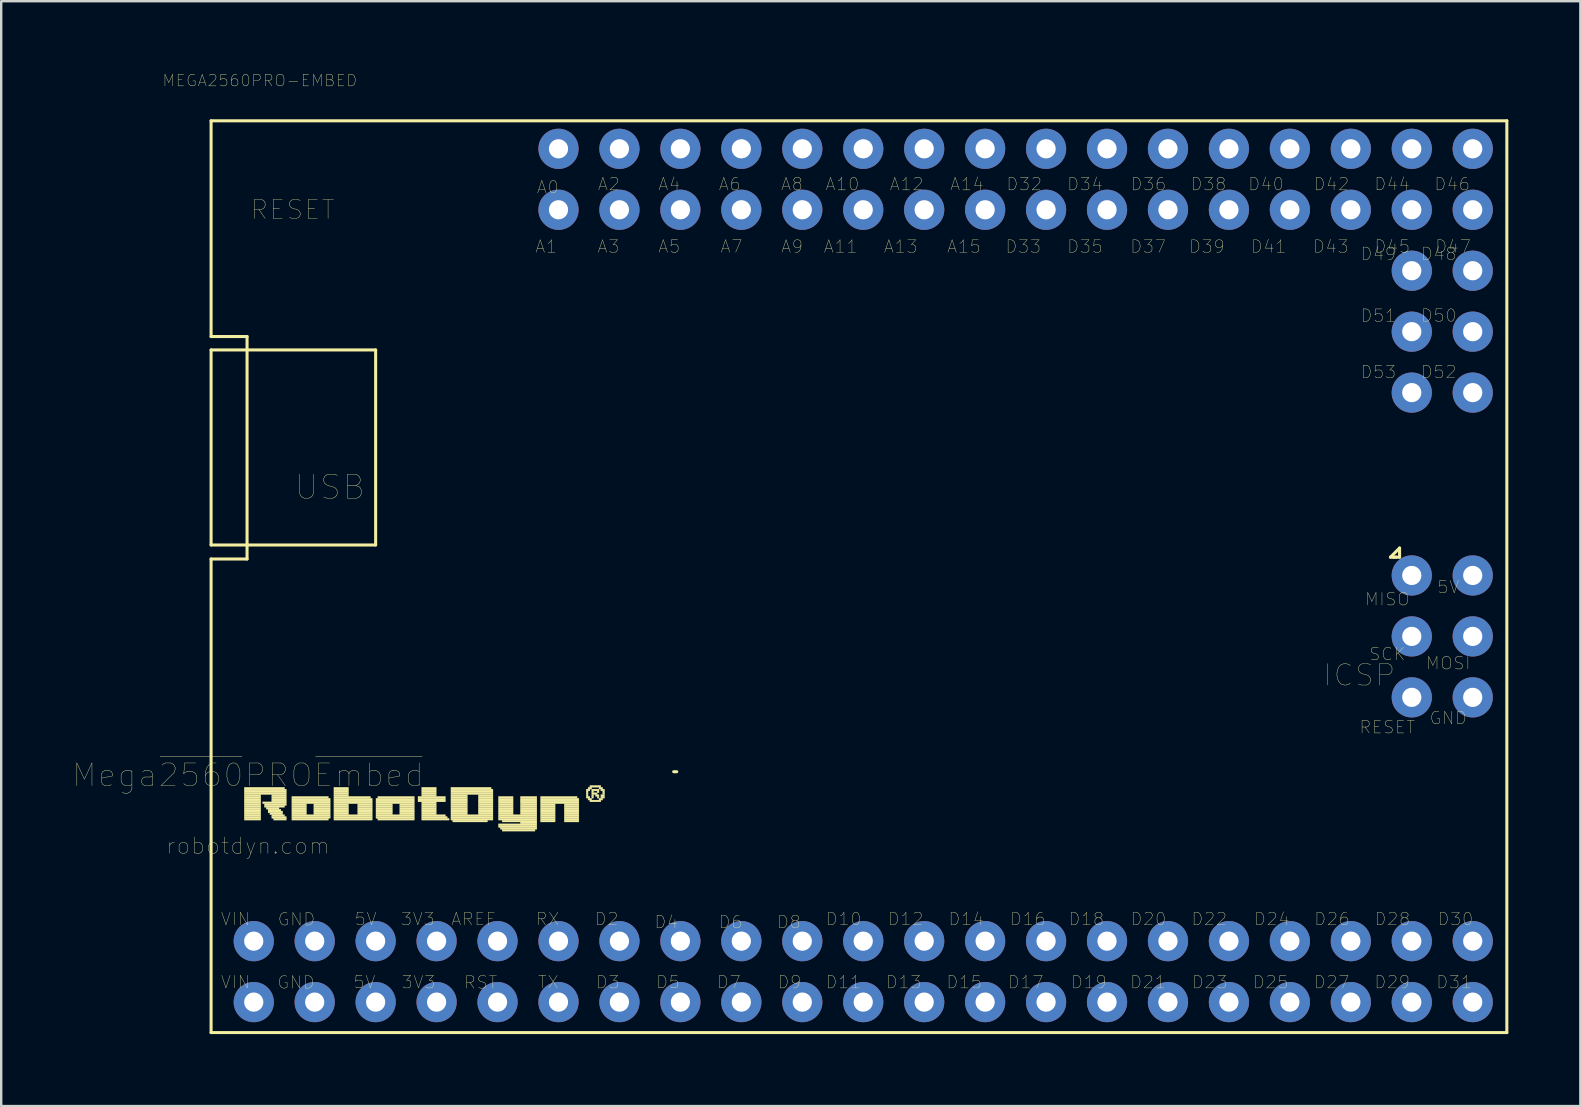
<source format=kicad_pcb>
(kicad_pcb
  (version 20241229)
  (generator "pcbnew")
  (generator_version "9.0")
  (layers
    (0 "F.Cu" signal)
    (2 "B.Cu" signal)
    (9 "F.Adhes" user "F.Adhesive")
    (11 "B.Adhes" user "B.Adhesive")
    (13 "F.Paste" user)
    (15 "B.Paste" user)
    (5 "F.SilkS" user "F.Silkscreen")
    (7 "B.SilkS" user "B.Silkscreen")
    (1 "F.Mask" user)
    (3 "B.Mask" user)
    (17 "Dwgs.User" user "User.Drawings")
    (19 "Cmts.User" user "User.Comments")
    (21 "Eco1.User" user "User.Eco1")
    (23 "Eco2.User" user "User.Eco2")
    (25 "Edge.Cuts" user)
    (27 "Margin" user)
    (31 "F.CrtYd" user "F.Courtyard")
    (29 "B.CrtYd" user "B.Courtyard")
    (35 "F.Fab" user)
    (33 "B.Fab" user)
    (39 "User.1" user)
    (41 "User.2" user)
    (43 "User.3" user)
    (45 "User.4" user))
  (footprint "MEGA2560PRO-EMBED"
    (layer "F.Cu")
    (at 40.545 19.662)
    (property "Reference" "MEGA2560PRO-EMBED" (at -32.766 -19.355 0) (layer "F.SilkS") (effects (font (size 0.48 0.48) (thickness 0.015))))
    (attr through_hole)
    (fp_line (start -34.798 -17.678) (end 19.202 -17.678) (stroke (width 0.127) (type solid)) (layer "F.SilkS"))
    (fp_line (start -34.798 -8.687) (end -34.798 -17.678) (stroke (width 0.127) (type solid)) (layer "F.SilkS"))
    (fp_line (start -34.798 -8.687) (end -33.299 -8.687) (stroke (width 0.127) (type solid)) (layer "F.SilkS"))
    (fp_line (start -34.798 -8.128) (end -34.798 0) (stroke (width 0.127) (type solid)) (layer "F.SilkS"))
    (fp_line (start -34.798 0) (end -27.94 0) (stroke (width 0.127) (type solid)) (layer "F.SilkS"))
    (fp_line (start -34.798 0.584) (end -33.299 0.584) (stroke (width 0.127) (type solid)) (layer "F.SilkS"))
    (fp_line (start -34.798 20.32) (end -34.798 0.584) (stroke (width 0.127) (type solid)) (layer "F.SilkS"))
    (fp_line (start -34.798 20.32) (end 19.202 20.32) (stroke (width 0.127) (type solid)) (layer "F.SilkS"))
    (fp_line (start -33.299 0.584) (end -33.299 -8.687) (stroke (width 0.127) (type solid)) (layer "F.SilkS"))
    (fp_line (start -27.94 -8.128) (end -34.798 -8.128) (stroke (width 0.127) (type solid)) (layer "F.SilkS"))
    (fp_line (start -27.94 0) (end -27.94 -8.128) (stroke (width 0.127) (type solid)) (layer "F.SilkS"))
    (fp_line (start -15.519 9.449) (end -15.392 9.449) (stroke (width 0.127) (type solid)) (layer "F.SilkS"))
    (fp_line (start 14.351 0.508) (end 14.732 0.127) (stroke (width 0.127) (type solid)) (layer "F.SilkS"))
    (fp_line (start 14.478 0.508) (end 14.351 0.508) (stroke (width 0.127) (type solid)) (layer "F.SilkS"))
    (fp_line (start 14.605 0.508) (end 14.478 0.508) (stroke (width 0.127) (type solid)) (layer "F.SilkS"))
    (fp_line (start 14.732 0.127) (end 14.732 0.508) (stroke (width 0.127) (type solid)) (layer "F.SilkS"))
    (fp_line (start 14.732 0.508) (end 14.478 0.508) (stroke (width 0.127) (type solid)) (layer "F.SilkS"))
    (fp_line (start 19.202 20.32) (end 19.202 -17.678) (stroke (width 0.127) (type solid)) (layer "F.SilkS"))
    (fp_poly (pts (xy -33.414 10.097) (xy -31.737 10.097) (xy -31.737 10.173) (xy -33.414 10.173)) (stroke (width 0.01) (type solid)) (fill yes) (layer "F.SilkS"))
    (fp_poly (pts (xy -33.414 10.173) (xy -31.661 10.173) (xy -31.661 10.249) (xy -33.414 10.249)) (stroke (width 0.01) (type solid)) (fill yes) (layer "F.SilkS"))
    (fp_poly (pts (xy -33.414 10.249) (xy -31.661 10.249) (xy -31.661 10.325) (xy -33.414 10.325)) (stroke (width 0.01) (type solid)) (fill yes) (layer "F.SilkS"))
    (fp_poly (pts (xy -33.414 10.325) (xy -31.661 10.325) (xy -31.661 10.401) (xy -33.414 10.401)) (stroke (width 0.01) (type solid)) (fill yes) (layer "F.SilkS"))
    (fp_poly (pts (xy -33.414 10.401) (xy -32.728 10.401) (xy -32.728 10.477) (xy -33.414 10.477)) (stroke (width 0.01) (type solid)) (fill yes) (layer "F.SilkS"))
    (fp_poly (pts (xy -33.414 10.477) (xy -32.728 10.477) (xy -32.728 10.554) (xy -33.414 10.554)) (stroke (width 0.01) (type solid)) (fill yes) (layer "F.SilkS"))
    (fp_poly (pts (xy -33.414 10.554) (xy -32.728 10.554) (xy -32.728 10.63) (xy -33.414 10.63)) (stroke (width 0.01) (type solid)) (fill yes) (layer "F.SilkS"))
    (fp_poly (pts (xy -33.414 10.63) (xy -32.728 10.63) (xy -32.728 10.706) (xy -33.414 10.706)) (stroke (width 0.01) (type solid)) (fill yes) (layer "F.SilkS"))
    (fp_poly (pts (xy -33.414 10.706) (xy -32.728 10.706) (xy -32.728 10.782) (xy -33.414 10.782)) (stroke (width 0.01) (type solid)) (fill yes) (layer "F.SilkS"))
    (fp_poly (pts (xy -33.414 10.782) (xy -32.728 10.782) (xy -32.728 10.858) (xy -33.414 10.858)) (stroke (width 0.01) (type solid)) (fill yes) (layer "F.SilkS"))
    (fp_poly (pts (xy -33.414 10.858) (xy -32.728 10.858) (xy -32.728 10.935) (xy -33.414 10.935)) (stroke (width 0.01) (type solid)) (fill yes) (layer "F.SilkS"))
    (fp_poly (pts (xy -33.414 10.935) (xy -32.728 10.935) (xy -32.728 11.011) (xy -33.414 11.011)) (stroke (width 0.01) (type solid)) (fill yes) (layer "F.SilkS"))
    (fp_poly (pts (xy -33.414 11.011) (xy -32.728 11.011) (xy -32.728 11.087) (xy -33.414 11.087)) (stroke (width 0.01) (type solid)) (fill yes) (layer "F.SilkS"))
    (fp_poly (pts (xy -33.414 11.087) (xy -32.728 11.087) (xy -32.728 11.163) (xy -33.414 11.163)) (stroke (width 0.01) (type solid)) (fill yes) (layer "F.SilkS"))
    (fp_poly (pts (xy -33.414 11.163) (xy -32.728 11.163) (xy -32.728 11.239) (xy -33.414 11.239)) (stroke (width 0.01) (type solid)) (fill yes) (layer "F.SilkS"))
    (fp_poly (pts (xy -33.414 11.239) (xy -32.728 11.239) (xy -32.728 11.316) (xy -33.414 11.316)) (stroke (width 0.01) (type solid)) (fill yes) (layer "F.SilkS"))
    (fp_poly (pts (xy -33.414 11.316) (xy -32.728 11.316) (xy -32.728 11.392) (xy -33.414 11.392)) (stroke (width 0.01) (type solid)) (fill yes) (layer "F.SilkS"))
    (fp_poly (pts (xy -33.414 11.392) (xy -32.728 11.392) (xy -32.728 11.468) (xy -33.414 11.468)) (stroke (width 0.01) (type solid)) (fill yes) (layer "F.SilkS"))
    (fp_poly (pts (xy -32.652 10.706) (xy -31.661 10.706) (xy -31.661 10.782) (xy -32.652 10.782)) (stroke (width 0.01) (type solid)) (fill yes) (layer "F.SilkS"))
    (fp_poly (pts (xy -32.575 10.782) (xy -31.661 10.782) (xy -31.661 10.858) (xy -32.575 10.858)) (stroke (width 0.01) (type solid)) (fill yes) (layer "F.SilkS"))
    (fp_poly (pts (xy -32.575 10.858) (xy -31.737 10.858) (xy -31.737 10.935) (xy -32.575 10.935)) (stroke (width 0.01) (type solid)) (fill yes) (layer "F.SilkS"))
    (fp_poly (pts (xy -32.499 10.935) (xy -31.966 10.935) (xy -31.966 11.011) (xy -32.499 11.011)) (stroke (width 0.01) (type solid)) (fill yes) (layer "F.SilkS"))
    (fp_poly (pts (xy -32.423 11.011) (xy -31.89 11.011) (xy -31.89 11.087) (xy -32.423 11.087)) (stroke (width 0.01) (type solid)) (fill yes) (layer "F.SilkS"))
    (fp_poly (pts (xy -32.423 11.087) (xy -31.814 11.087) (xy -31.814 11.163) (xy -32.423 11.163)) (stroke (width 0.01) (type solid)) (fill yes) (layer "F.SilkS"))
    (fp_poly (pts (xy -32.347 11.163) (xy -31.814 11.163) (xy -31.814 11.239) (xy -32.347 11.239)) (stroke (width 0.01) (type solid)) (fill yes) (layer "F.SilkS"))
    (fp_poly (pts (xy -32.271 10.401) (xy -31.661 10.401) (xy -31.661 10.477) (xy -32.271 10.477)) (stroke (width 0.01) (type solid)) (fill yes) (layer "F.SilkS"))
    (fp_poly (pts (xy -32.271 10.477) (xy -31.661 10.477) (xy -31.661 10.554) (xy -32.271 10.554)) (stroke (width 0.01) (type solid)) (fill yes) (layer "F.SilkS"))
    (fp_poly (pts (xy -32.271 10.554) (xy -31.661 10.554) (xy -31.661 10.63) (xy -32.271 10.63)) (stroke (width 0.01) (type solid)) (fill yes) (layer "F.SilkS"))
    (fp_poly (pts (xy -32.271 10.63) (xy -31.661 10.63) (xy -31.661 10.706) (xy -32.271 10.706)) (stroke (width 0.01) (type solid)) (fill yes) (layer "F.SilkS"))
    (fp_poly (pts (xy -32.271 11.239) (xy -31.737 11.239) (xy -31.737 11.316) (xy -32.271 11.316)) (stroke (width 0.01) (type solid)) (fill yes) (layer "F.SilkS"))
    (fp_poly (pts (xy -32.271 11.316) (xy -31.661 11.316) (xy -31.661 11.392) (xy -32.271 11.392)) (stroke (width 0.01) (type solid)) (fill yes) (layer "F.SilkS"))
    (fp_poly (pts (xy -32.194 11.392) (xy -31.661 11.392) (xy -31.661 11.468) (xy -32.194 11.468)) (stroke (width 0.01) (type solid)) (fill yes) (layer "F.SilkS"))
    (fp_poly (pts (xy -31.433 10.477) (xy -29.909 10.477) (xy -29.909 10.554) (xy -31.433 10.554)) (stroke (width 0.01) (type solid)) (fill yes) (layer "F.SilkS"))
    (fp_poly (pts (xy -31.433 10.554) (xy -29.832 10.554) (xy -29.832 10.63) (xy -31.433 10.63)) (stroke (width 0.01) (type solid)) (fill yes) (layer "F.SilkS"))
    (fp_poly (pts (xy -31.433 10.63) (xy -29.832 10.63) (xy -29.832 10.706) (xy -31.433 10.706)) (stroke (width 0.01) (type solid)) (fill yes) (layer "F.SilkS"))
    (fp_poly (pts (xy -31.433 10.706) (xy -29.832 10.706) (xy -29.832 10.782) (xy -31.433 10.782)) (stroke (width 0.01) (type solid)) (fill yes) (layer "F.SilkS"))
    (fp_poly (pts (xy -31.433 10.782) (xy -30.823 10.782) (xy -30.823 10.858) (xy -31.433 10.858)) (stroke (width 0.01) (type solid)) (fill yes) (layer "F.SilkS"))
    (fp_poly (pts (xy -31.433 10.858) (xy -30.823 10.858) (xy -30.823 10.935) (xy -31.433 10.935)) (stroke (width 0.01) (type solid)) (fill yes) (layer "F.SilkS"))
    (fp_poly (pts (xy -31.433 10.935) (xy -30.823 10.935) (xy -30.823 11.011) (xy -31.433 11.011)) (stroke (width 0.01) (type solid)) (fill yes) (layer "F.SilkS"))
    (fp_poly (pts (xy -31.433 11.011) (xy -30.823 11.011) (xy -30.823 11.087) (xy -31.433 11.087)) (stroke (width 0.01) (type solid)) (fill yes) (layer "F.SilkS"))
    (fp_poly (pts (xy -31.433 11.087) (xy -30.823 11.087) (xy -30.823 11.163) (xy -31.433 11.163)) (stroke (width 0.01) (type solid)) (fill yes) (layer "F.SilkS"))
    (fp_poly (pts (xy -31.433 11.163) (xy -30.823 11.163) (xy -30.823 11.239) (xy -31.433 11.239)) (stroke (width 0.01) (type solid)) (fill yes) (layer "F.SilkS"))
    (fp_poly (pts (xy -31.433 11.239) (xy -29.832 11.239) (xy -29.832 11.316) (xy -31.433 11.316)) (stroke (width 0.01) (type solid)) (fill yes) (layer "F.SilkS"))
    (fp_poly (pts (xy -31.433 11.316) (xy -29.832 11.316) (xy -29.832 11.392) (xy -31.433 11.392)) (stroke (width 0.01) (type solid)) (fill yes) (layer "F.SilkS"))
    (fp_poly (pts (xy -31.433 11.392) (xy -29.909 11.392) (xy -29.909 11.468) (xy -31.433 11.468)) (stroke (width 0.01) (type solid)) (fill yes) (layer "F.SilkS"))
    (fp_poly (pts (xy -30.518 10.782) (xy -29.832 10.782) (xy -29.832 10.858) (xy -30.518 10.858)) (stroke (width 0.01) (type solid)) (fill yes) (layer "F.SilkS"))
    (fp_poly (pts (xy -30.518 10.858) (xy -29.832 10.858) (xy -29.832 10.935) (xy -30.518 10.935)) (stroke (width 0.01) (type solid)) (fill yes) (layer "F.SilkS"))
    (fp_poly (pts (xy -30.518 10.935) (xy -29.832 10.935) (xy -29.832 11.011) (xy -30.518 11.011)) (stroke (width 0.01) (type solid)) (fill yes) (layer "F.SilkS"))
    (fp_poly (pts (xy -30.518 11.011) (xy -29.832 11.011) (xy -29.832 11.087) (xy -30.518 11.087)) (stroke (width 0.01) (type solid)) (fill yes) (layer "F.SilkS"))
    (fp_poly (pts (xy -30.518 11.087) (xy -29.832 11.087) (xy -29.832 11.163) (xy -30.518 11.163)) (stroke (width 0.01) (type solid)) (fill yes) (layer "F.SilkS"))
    (fp_poly (pts (xy -30.518 11.163) (xy -29.832 11.163) (xy -29.832 11.239) (xy -30.518 11.239)) (stroke (width 0.01) (type solid)) (fill yes) (layer "F.SilkS"))
    (fp_poly (pts (xy -29.68 10.097) (xy -29.07 10.097) (xy -29.07 10.173) (xy -29.68 10.173)) (stroke (width 0.01) (type solid)) (fill yes) (layer "F.SilkS"))
    (fp_poly (pts (xy -29.68 10.173) (xy -29.07 10.173) (xy -29.07 10.249) (xy -29.68 10.249)) (stroke (width 0.01) (type solid)) (fill yes) (layer "F.SilkS"))
    (fp_poly (pts (xy -29.68 10.249) (xy -29.07 10.249) (xy -29.07 10.325) (xy -29.68 10.325)) (stroke (width 0.01) (type solid)) (fill yes) (layer "F.SilkS"))
    (fp_poly (pts (xy -29.68 10.325) (xy -29.07 10.325) (xy -29.07 10.401) (xy -29.68 10.401)) (stroke (width 0.01) (type solid)) (fill yes) (layer "F.SilkS"))
    (fp_poly (pts (xy -29.68 10.401) (xy -29.07 10.401) (xy -29.07 10.477) (xy -29.68 10.477)) (stroke (width 0.01) (type solid)) (fill yes) (layer "F.SilkS"))
    (fp_poly (pts (xy -29.68 10.477) (xy -28.156 10.477) (xy -28.156 10.554) (xy -29.68 10.554)) (stroke (width 0.01) (type solid)) (fill yes) (layer "F.SilkS"))
    (fp_poly (pts (xy -29.68 10.554) (xy -28.08 10.554) (xy -28.08 10.63) (xy -29.68 10.63)) (stroke (width 0.01) (type solid)) (fill yes) (layer "F.SilkS"))
    (fp_poly (pts (xy -29.68 10.63) (xy -28.08 10.63) (xy -28.08 10.706) (xy -29.68 10.706)) (stroke (width 0.01) (type solid)) (fill yes) (layer "F.SilkS"))
    (fp_poly (pts (xy -29.68 10.706) (xy -28.08 10.706) (xy -28.08 10.782) (xy -29.68 10.782)) (stroke (width 0.01) (type solid)) (fill yes) (layer "F.SilkS"))
    (fp_poly (pts (xy -29.68 10.782) (xy -29.07 10.782) (xy -29.07 10.858) (xy -29.68 10.858)) (stroke (width 0.01) (type solid)) (fill yes) (layer "F.SilkS"))
    (fp_poly (pts (xy -29.68 10.858) (xy -29.07 10.858) (xy -29.07 10.935) (xy -29.68 10.935)) (stroke (width 0.01) (type solid)) (fill yes) (layer "F.SilkS"))
    (fp_poly (pts (xy -29.68 10.935) (xy -29.07 10.935) (xy -29.07 11.011) (xy -29.68 11.011)) (stroke (width 0.01) (type solid)) (fill yes) (layer "F.SilkS"))
    (fp_poly (pts (xy -29.68 11.011) (xy -29.07 11.011) (xy -29.07 11.087) (xy -29.68 11.087)) (stroke (width 0.01) (type solid)) (fill yes) (layer "F.SilkS"))
    (fp_poly (pts (xy -29.68 11.087) (xy -29.07 11.087) (xy -29.07 11.163) (xy -29.68 11.163)) (stroke (width 0.01) (type solid)) (fill yes) (layer "F.SilkS"))
    (fp_poly (pts (xy -29.68 11.163) (xy -29.07 11.163) (xy -29.07 11.239) (xy -29.68 11.239)) (stroke (width 0.01) (type solid)) (fill yes) (layer "F.SilkS"))
    (fp_poly (pts (xy -29.68 11.239) (xy -28.08 11.239) (xy -28.08 11.316) (xy -29.68 11.316)) (stroke (width 0.01) (type solid)) (fill yes) (layer "F.SilkS"))
    (fp_poly (pts (xy -29.68 11.316) (xy -28.08 11.316) (xy -28.08 11.392) (xy -29.68 11.392)) (stroke (width 0.01) (type solid)) (fill yes) (layer "F.SilkS"))
    (fp_poly (pts (xy -29.68 11.392) (xy -28.08 11.392) (xy -28.08 11.468) (xy -29.68 11.468)) (stroke (width 0.01) (type solid)) (fill yes) (layer "F.SilkS"))
    (fp_poly (pts (xy -28.689 10.782) (xy -28.08 10.782) (xy -28.08 10.858) (xy -28.689 10.858)) (stroke (width 0.01) (type solid)) (fill yes) (layer "F.SilkS"))
    (fp_poly (pts (xy -28.689 10.858) (xy -28.08 10.858) (xy -28.08 10.935) (xy -28.689 10.935)) (stroke (width 0.01) (type solid)) (fill yes) (layer "F.SilkS"))
    (fp_poly (pts (xy -28.689 10.935) (xy -28.08 10.935) (xy -28.08 11.011) (xy -28.689 11.011)) (stroke (width 0.01) (type solid)) (fill yes) (layer "F.SilkS"))
    (fp_poly (pts (xy -28.689 11.011) (xy -28.08 11.011) (xy -28.08 11.087) (xy -28.689 11.087)) (stroke (width 0.01) (type solid)) (fill yes) (layer "F.SilkS"))
    (fp_poly (pts (xy -28.689 11.087) (xy -28.08 11.087) (xy -28.08 11.163) (xy -28.689 11.163)) (stroke (width 0.01) (type solid)) (fill yes) (layer "F.SilkS"))
    (fp_poly (pts (xy -28.689 11.163) (xy -28.08 11.163) (xy -28.08 11.239) (xy -28.689 11.239)) (stroke (width 0.01) (type solid)) (fill yes) (layer "F.SilkS"))
    (fp_poly (pts (xy -27.927 10.554) (xy -26.327 10.554) (xy -26.327 10.63) (xy -27.927 10.63)) (stroke (width 0.01) (type solid)) (fill yes) (layer "F.SilkS"))
    (fp_poly (pts (xy -27.927 10.63) (xy -26.327 10.63) (xy -26.327 10.706) (xy -27.927 10.706)) (stroke (width 0.01) (type solid)) (fill yes) (layer "F.SilkS"))
    (fp_poly (pts (xy -27.927 10.706) (xy -26.327 10.706) (xy -26.327 10.782) (xy -27.927 10.782)) (stroke (width 0.01) (type solid)) (fill yes) (layer "F.SilkS"))
    (fp_poly (pts (xy -27.927 10.782) (xy -27.241 10.782) (xy -27.241 10.858) (xy -27.927 10.858)) (stroke (width 0.01) (type solid)) (fill yes) (layer "F.SilkS"))
    (fp_poly (pts (xy -27.927 10.858) (xy -27.241 10.858) (xy -27.241 10.935) (xy -27.927 10.935)) (stroke (width 0.01) (type solid)) (fill yes) (layer "F.SilkS"))
    (fp_poly (pts (xy -27.927 10.935) (xy -27.241 10.935) (xy -27.241 11.011) (xy -27.927 11.011)) (stroke (width 0.01) (type solid)) (fill yes) (layer "F.SilkS"))
    (fp_poly (pts (xy -27.927 11.011) (xy -27.241 11.011) (xy -27.241 11.087) (xy -27.927 11.087)) (stroke (width 0.01) (type solid)) (fill yes) (layer "F.SilkS"))
    (fp_poly (pts (xy -27.927 11.087) (xy -27.241 11.087) (xy -27.241 11.163) (xy -27.927 11.163)) (stroke (width 0.01) (type solid)) (fill yes) (layer "F.SilkS"))
    (fp_poly (pts (xy -27.927 11.163) (xy -27.241 11.163) (xy -27.241 11.239) (xy -27.927 11.239)) (stroke (width 0.01) (type solid)) (fill yes) (layer "F.SilkS"))
    (fp_poly (pts (xy -27.927 11.239) (xy -26.327 11.239) (xy -26.327 11.316) (xy -27.927 11.316)) (stroke (width 0.01) (type solid)) (fill yes) (layer "F.SilkS"))
    (fp_poly (pts (xy -27.927 11.316) (xy -26.327 11.316) (xy -26.327 11.392) (xy -27.927 11.392)) (stroke (width 0.01) (type solid)) (fill yes) (layer "F.SilkS"))
    (fp_poly (pts (xy -27.851 10.477) (xy -26.327 10.477) (xy -26.327 10.554) (xy -27.851 10.554)) (stroke (width 0.01) (type solid)) (fill yes) (layer "F.SilkS"))
    (fp_poly (pts (xy -27.851 11.392) (xy -26.327 11.392) (xy -26.327 11.468) (xy -27.851 11.468)) (stroke (width 0.01) (type solid)) (fill yes) (layer "F.SilkS"))
    (fp_poly (pts (xy -26.937 10.782) (xy -26.327 10.782) (xy -26.327 10.858) (xy -26.937 10.858)) (stroke (width 0.01) (type solid)) (fill yes) (layer "F.SilkS"))
    (fp_poly (pts (xy -26.937 10.858) (xy -26.327 10.858) (xy -26.327 10.935) (xy -26.937 10.935)) (stroke (width 0.01) (type solid)) (fill yes) (layer "F.SilkS"))
    (fp_poly (pts (xy -26.937 10.935) (xy -26.327 10.935) (xy -26.327 11.011) (xy -26.937 11.011)) (stroke (width 0.01) (type solid)) (fill yes) (layer "F.SilkS"))
    (fp_poly (pts (xy -26.937 11.011) (xy -26.327 11.011) (xy -26.327 11.087) (xy -26.937 11.087)) (stroke (width 0.01) (type solid)) (fill yes) (layer "F.SilkS"))
    (fp_poly (pts (xy -26.937 11.087) (xy -26.327 11.087) (xy -26.327 11.163) (xy -26.937 11.163)) (stroke (width 0.01) (type solid)) (fill yes) (layer "F.SilkS"))
    (fp_poly (pts (xy -26.937 11.163) (xy -26.327 11.163) (xy -26.327 11.239) (xy -26.937 11.239)) (stroke (width 0.01) (type solid)) (fill yes) (layer "F.SilkS"))
    (fp_poly (pts (xy -26.175 10.477) (xy -25.032 10.477) (xy -25.032 10.554) (xy -26.175 10.554)) (stroke (width 0.01) (type solid)) (fill yes) (layer "F.SilkS"))
    (fp_poly (pts (xy -26.175 10.554) (xy -25.032 10.554) (xy -25.032 10.63) (xy -26.175 10.63)) (stroke (width 0.01) (type solid)) (fill yes) (layer "F.SilkS"))
    (fp_poly (pts (xy -26.175 10.63) (xy -25.032 10.63) (xy -25.032 10.706) (xy -26.175 10.706)) (stroke (width 0.01) (type solid)) (fill yes) (layer "F.SilkS"))
    (fp_poly (pts (xy -26.022 10.097) (xy -25.413 10.097) (xy -25.413 10.173) (xy -26.022 10.173)) (stroke (width 0.01) (type solid)) (fill yes) (layer "F.SilkS"))
    (fp_poly (pts (xy -26.022 10.173) (xy -25.413 10.173) (xy -25.413 10.249) (xy -26.022 10.249)) (stroke (width 0.01) (type solid)) (fill yes) (layer "F.SilkS"))
    (fp_poly (pts (xy -26.022 10.249) (xy -25.413 10.249) (xy -25.413 10.325) (xy -26.022 10.325)) (stroke (width 0.01) (type solid)) (fill yes) (layer "F.SilkS"))
    (fp_poly (pts (xy -26.022 10.325) (xy -25.413 10.325) (xy -25.413 10.401) (xy -26.022 10.401)) (stroke (width 0.01) (type solid)) (fill yes) (layer "F.SilkS"))
    (fp_poly (pts (xy -26.022 10.401) (xy -25.413 10.401) (xy -25.413 10.477) (xy -26.022 10.477)) (stroke (width 0.01) (type solid)) (fill yes) (layer "F.SilkS"))
    (fp_poly (pts (xy -26.022 10.706) (xy -25.413 10.706) (xy -25.413 10.782) (xy -26.022 10.782)) (stroke (width 0.01) (type solid)) (fill yes) (layer "F.SilkS"))
    (fp_poly (pts (xy -26.022 10.782) (xy -25.413 10.782) (xy -25.413 10.858) (xy -26.022 10.858)) (stroke (width 0.01) (type solid)) (fill yes) (layer "F.SilkS"))
    (fp_poly (pts (xy -26.022 10.858) (xy -25.413 10.858) (xy -25.413 10.935) (xy -26.022 10.935)) (stroke (width 0.01) (type solid)) (fill yes) (layer "F.SilkS"))
    (fp_poly (pts (xy -26.022 10.935) (xy -25.413 10.935) (xy -25.413 11.011) (xy -26.022 11.011)) (stroke (width 0.01) (type solid)) (fill yes) (layer "F.SilkS"))
    (fp_poly (pts (xy -26.022 11.011) (xy -25.413 11.011) (xy -25.413 11.087) (xy -26.022 11.087)) (stroke (width 0.01) (type solid)) (fill yes) (layer "F.SilkS"))
    (fp_poly (pts (xy -26.022 11.087) (xy -25.413 11.087) (xy -25.413 11.163) (xy -26.022 11.163)) (stroke (width 0.01) (type solid)) (fill yes) (layer "F.SilkS"))
    (fp_poly (pts (xy -26.022 11.163) (xy -25.413 11.163) (xy -25.413 11.239) (xy -26.022 11.239)) (stroke (width 0.01) (type solid)) (fill yes) (layer "F.SilkS"))
    (fp_poly (pts (xy -26.022 11.239) (xy -25.032 11.239) (xy -25.032 11.316) (xy -26.022 11.316)) (stroke (width 0.01) (type solid)) (fill yes) (layer "F.SilkS"))
    (fp_poly (pts (xy -26.022 11.316) (xy -24.956 11.316) (xy -24.956 11.392) (xy -26.022 11.392)) (stroke (width 0.01) (type solid)) (fill yes) (layer "F.SilkS"))
    (fp_poly (pts (xy -26.022 11.392) (xy -24.879 11.392) (xy -24.879 11.468) (xy -26.022 11.468)) (stroke (width 0.01) (type solid)) (fill yes) (layer "F.SilkS"))
    (fp_poly (pts (xy -24.803 10.097) (xy -23.127 10.097) (xy -23.127 10.173) (xy -24.803 10.173)) (stroke (width 0.01) (type solid)) (fill yes) (layer "F.SilkS"))
    (fp_poly (pts (xy -24.803 10.173) (xy -23.05 10.173) (xy -23.05 10.249) (xy -24.803 10.249)) (stroke (width 0.01) (type solid)) (fill yes) (layer "F.SilkS"))
    (fp_poly (pts (xy -24.803 10.249) (xy -23.05 10.249) (xy -23.05 10.325) (xy -24.803 10.325)) (stroke (width 0.01) (type solid)) (fill yes) (layer "F.SilkS"))
    (fp_poly (pts (xy -24.803 10.325) (xy -23.05 10.325) (xy -23.05 10.401) (xy -24.803 10.401)) (stroke (width 0.01) (type solid)) (fill yes) (layer "F.SilkS"))
    (fp_poly (pts (xy -24.803 10.401) (xy -24.117 10.401) (xy -24.117 10.477) (xy -24.803 10.477)) (stroke (width 0.01) (type solid)) (fill yes) (layer "F.SilkS"))
    (fp_poly (pts (xy -24.803 10.477) (xy -24.117 10.477) (xy -24.117 10.554) (xy -24.803 10.554)) (stroke (width 0.01) (type solid)) (fill yes) (layer "F.SilkS"))
    (fp_poly (pts (xy -24.803 10.554) (xy -24.117 10.554) (xy -24.117 10.63) (xy -24.803 10.63)) (stroke (width 0.01) (type solid)) (fill yes) (layer "F.SilkS"))
    (fp_poly (pts (xy -24.803 10.63) (xy -24.117 10.63) (xy -24.117 10.706) (xy -24.803 10.706)) (stroke (width 0.01) (type solid)) (fill yes) (layer "F.SilkS"))
    (fp_poly (pts (xy -24.803 10.706) (xy -24.117 10.706) (xy -24.117 10.782) (xy -24.803 10.782)) (stroke (width 0.01) (type solid)) (fill yes) (layer "F.SilkS"))
    (fp_poly (pts (xy -24.803 10.782) (xy -24.117 10.782) (xy -24.117 10.858) (xy -24.803 10.858)) (stroke (width 0.01) (type solid)) (fill yes) (layer "F.SilkS"))
    (fp_poly (pts (xy -24.803 10.858) (xy -24.117 10.858) (xy -24.117 10.935) (xy -24.803 10.935)) (stroke (width 0.01) (type solid)) (fill yes) (layer "F.SilkS"))
    (fp_poly (pts (xy -24.803 10.935) (xy -24.117 10.935) (xy -24.117 11.011) (xy -24.803 11.011)) (stroke (width 0.01) (type solid)) (fill yes) (layer "F.SilkS"))
    (fp_poly (pts (xy -24.803 11.011) (xy -24.117 11.011) (xy -24.117 11.087) (xy -24.803 11.087)) (stroke (width 0.01) (type solid)) (fill yes) (layer "F.SilkS"))
    (fp_poly (pts (xy -24.803 11.087) (xy -24.117 11.087) (xy -24.117 11.163) (xy -24.803 11.163)) (stroke (width 0.01) (type solid)) (fill yes) (layer "F.SilkS"))
    (fp_poly (pts (xy -24.803 11.163) (xy -24.117 11.163) (xy -24.117 11.239) (xy -24.803 11.239)) (stroke (width 0.01) (type solid)) (fill yes) (layer "F.SilkS"))
    (fp_poly (pts (xy -24.803 11.239) (xy -23.05 11.239) (xy -23.05 11.316) (xy -24.803 11.316)) (stroke (width 0.01) (type solid)) (fill yes) (layer "F.SilkS"))
    (fp_poly (pts (xy -24.803 11.316) (xy -23.05 11.316) (xy -23.05 11.392) (xy -24.803 11.392)) (stroke (width 0.01) (type solid)) (fill yes) (layer "F.SilkS"))
    (fp_poly (pts (xy -24.803 11.392) (xy -23.05 11.392) (xy -23.05 11.468) (xy -24.803 11.468)) (stroke (width 0.01) (type solid)) (fill yes) (layer "F.SilkS"))
    (fp_poly (pts (xy -24.727 11.468) (xy -23.279 11.468) (xy -23.279 11.544) (xy -24.727 11.544)) (stroke (width 0.01) (type solid)) (fill yes) (layer "F.SilkS"))
    (fp_poly (pts (xy -23.66 10.401) (xy -23.05 10.401) (xy -23.05 10.477) (xy -23.66 10.477)) (stroke (width 0.01) (type solid)) (fill yes) (layer "F.SilkS"))
    (fp_poly (pts (xy -23.66 10.477) (xy -23.05 10.477) (xy -23.05 10.554) (xy -23.66 10.554)) (stroke (width 0.01) (type solid)) (fill yes) (layer "F.SilkS"))
    (fp_poly (pts (xy -23.66 10.554) (xy -23.05 10.554) (xy -23.05 10.63) (xy -23.66 10.63)) (stroke (width 0.01) (type solid)) (fill yes) (layer "F.SilkS"))
    (fp_poly (pts (xy -23.66 10.63) (xy -23.05 10.63) (xy -23.05 10.706) (xy -23.66 10.706)) (stroke (width 0.01) (type solid)) (fill yes) (layer "F.SilkS"))
    (fp_poly (pts (xy -23.66 10.706) (xy -23.05 10.706) (xy -23.05 10.782) (xy -23.66 10.782)) (stroke (width 0.01) (type solid)) (fill yes) (layer "F.SilkS"))
    (fp_poly (pts (xy -23.66 10.782) (xy -23.05 10.782) (xy -23.05 10.858) (xy -23.66 10.858)) (stroke (width 0.01) (type solid)) (fill yes) (layer "F.SilkS"))
    (fp_poly (pts (xy -23.66 10.858) (xy -23.05 10.858) (xy -23.05 10.935) (xy -23.66 10.935)) (stroke (width 0.01) (type solid)) (fill yes) (layer "F.SilkS"))
    (fp_poly (pts (xy -23.66 10.935) (xy -23.05 10.935) (xy -23.05 11.011) (xy -23.66 11.011)) (stroke (width 0.01) (type solid)) (fill yes) (layer "F.SilkS"))
    (fp_poly (pts (xy -23.66 11.011) (xy -23.05 11.011) (xy -23.05 11.087) (xy -23.66 11.087)) (stroke (width 0.01) (type solid)) (fill yes) (layer "F.SilkS"))
    (fp_poly (pts (xy -23.66 11.087) (xy -23.05 11.087) (xy -23.05 11.163) (xy -23.66 11.163)) (stroke (width 0.01) (type solid)) (fill yes) (layer "F.SilkS"))
    (fp_poly (pts (xy -23.66 11.163) (xy -23.05 11.163) (xy -23.05 11.239) (xy -23.66 11.239)) (stroke (width 0.01) (type solid)) (fill yes) (layer "F.SilkS"))
    (fp_poly (pts (xy -22.822 10.477) (xy -22.212 10.477) (xy -22.212 10.554) (xy -22.822 10.554)) (stroke (width 0.01) (type solid)) (fill yes) (layer "F.SilkS"))
    (fp_poly (pts (xy -22.822 10.554) (xy -22.212 10.554) (xy -22.212 10.63) (xy -22.822 10.63)) (stroke (width 0.01) (type solid)) (fill yes) (layer "F.SilkS"))
    (fp_poly (pts (xy -22.822 10.63) (xy -22.212 10.63) (xy -22.212 10.706) (xy -22.822 10.706)) (stroke (width 0.01) (type solid)) (fill yes) (layer "F.SilkS"))
    (fp_poly (pts (xy -22.822 10.706) (xy -22.212 10.706) (xy -22.212 10.782) (xy -22.822 10.782)) (stroke (width 0.01) (type solid)) (fill yes) (layer "F.SilkS"))
    (fp_poly (pts (xy -22.822 10.782) (xy -22.212 10.782) (xy -22.212 10.858) (xy -22.822 10.858)) (stroke (width 0.01) (type solid)) (fill yes) (layer "F.SilkS"))
    (fp_poly (pts (xy -22.822 10.858) (xy -22.212 10.858) (xy -22.212 10.935) (xy -22.822 10.935)) (stroke (width 0.01) (type solid)) (fill yes) (layer "F.SilkS"))
    (fp_poly (pts (xy -22.822 10.935) (xy -22.212 10.935) (xy -22.212 11.011) (xy -22.822 11.011)) (stroke (width 0.01) (type solid)) (fill yes) (layer "F.SilkS"))
    (fp_poly (pts (xy -22.822 11.011) (xy -22.212 11.011) (xy -22.212 11.087) (xy -22.822 11.087)) (stroke (width 0.01) (type solid)) (fill yes) (layer "F.SilkS"))
    (fp_poly (pts (xy -22.822 11.087) (xy -22.212 11.087) (xy -22.212 11.163) (xy -22.822 11.163)) (stroke (width 0.01) (type solid)) (fill yes) (layer "F.SilkS"))
    (fp_poly (pts (xy -22.822 11.163) (xy -22.212 11.163) (xy -22.212 11.239) (xy -22.822 11.239)) (stroke (width 0.01) (type solid)) (fill yes) (layer "F.SilkS"))
    (fp_poly (pts (xy -22.822 11.239) (xy -21.222 11.239) (xy -21.222 11.316) (xy -22.822 11.316)) (stroke (width 0.01) (type solid)) (fill yes) (layer "F.SilkS"))
    (fp_poly (pts (xy -22.822 11.316) (xy -21.222 11.316) (xy -21.222 11.392) (xy -22.822 11.392)) (stroke (width 0.01) (type solid)) (fill yes) (layer "F.SilkS"))
    (fp_poly (pts (xy -22.822 11.392) (xy -21.222 11.392) (xy -21.222 11.468) (xy -22.822 11.468)) (stroke (width 0.01) (type solid)) (fill yes) (layer "F.SilkS"))
    (fp_poly (pts (xy -22.822 11.62) (xy -21.222 11.62) (xy -21.222 11.697) (xy -22.822 11.697)) (stroke (width 0.01) (type solid)) (fill yes) (layer "F.SilkS"))
    (fp_poly (pts (xy -22.822 11.697) (xy -21.222 11.697) (xy -21.222 11.773) (xy -22.822 11.773)) (stroke (width 0.01) (type solid)) (fill yes) (layer "F.SilkS"))
    (fp_poly (pts (xy -22.746 11.773) (xy -21.222 11.773) (xy -21.222 11.849) (xy -22.746 11.849)) (stroke (width 0.01) (type solid)) (fill yes) (layer "F.SilkS"))
    (fp_poly (pts (xy -22.669 11.468) (xy -21.222 11.468) (xy -21.222 11.544) (xy -22.669 11.544)) (stroke (width 0.01) (type solid)) (fill yes) (layer "F.SilkS"))
    (fp_poly (pts (xy -22.669 11.849) (xy -21.298 11.849) (xy -21.298 11.925) (xy -22.669 11.925)) (stroke (width 0.01) (type solid)) (fill yes) (layer "F.SilkS"))
    (fp_poly (pts (xy -21.907 10.477) (xy -21.222 10.477) (xy -21.222 10.554) (xy -21.907 10.554)) (stroke (width 0.01) (type solid)) (fill yes) (layer "F.SilkS"))
    (fp_poly (pts (xy -21.907 10.554) (xy -21.222 10.554) (xy -21.222 10.63) (xy -21.907 10.63)) (stroke (width 0.01) (type solid)) (fill yes) (layer "F.SilkS"))
    (fp_poly (pts (xy -21.907 10.63) (xy -21.222 10.63) (xy -21.222 10.706) (xy -21.907 10.706)) (stroke (width 0.01) (type solid)) (fill yes) (layer "F.SilkS"))
    (fp_poly (pts (xy -21.907 10.706) (xy -21.222 10.706) (xy -21.222 10.782) (xy -21.907 10.782)) (stroke (width 0.01) (type solid)) (fill yes) (layer "F.SilkS"))
    (fp_poly (pts (xy -21.907 10.782) (xy -21.222 10.782) (xy -21.222 10.858) (xy -21.907 10.858)) (stroke (width 0.01) (type solid)) (fill yes) (layer "F.SilkS"))
    (fp_poly (pts (xy -21.907 10.858) (xy -21.222 10.858) (xy -21.222 10.935) (xy -21.907 10.935)) (stroke (width 0.01) (type solid)) (fill yes) (layer "F.SilkS"))
    (fp_poly (pts (xy -21.907 10.935) (xy -21.222 10.935) (xy -21.222 11.011) (xy -21.907 11.011)) (stroke (width 0.01) (type solid)) (fill yes) (layer "F.SilkS"))
    (fp_poly (pts (xy -21.907 11.011) (xy -21.222 11.011) (xy -21.222 11.087) (xy -21.907 11.087)) (stroke (width 0.01) (type solid)) (fill yes) (layer "F.SilkS"))
    (fp_poly (pts (xy -21.907 11.087) (xy -21.222 11.087) (xy -21.222 11.163) (xy -21.907 11.163)) (stroke (width 0.01) (type solid)) (fill yes) (layer "F.SilkS"))
    (fp_poly (pts (xy -21.907 11.163) (xy -21.222 11.163) (xy -21.222 11.239) (xy -21.907 11.239)) (stroke (width 0.01) (type solid)) (fill yes) (layer "F.SilkS"))
    (fp_poly (pts (xy -21.907 11.544) (xy -21.222 11.544) (xy -21.222 11.62) (xy -21.907 11.62)) (stroke (width 0.01) (type solid)) (fill yes) (layer "F.SilkS"))
    (fp_poly (pts (xy -21.069 10.477) (xy -19.545 10.477) (xy -19.545 10.554) (xy -21.069 10.554)) (stroke (width 0.01) (type solid)) (fill yes) (layer "F.SilkS"))
    (fp_poly (pts (xy -21.069 10.554) (xy -19.469 10.554) (xy -19.469 10.63) (xy -21.069 10.63)) (stroke (width 0.01) (type solid)) (fill yes) (layer "F.SilkS"))
    (fp_poly (pts (xy -21.069 10.63) (xy -19.469 10.63) (xy -19.469 10.706) (xy -21.069 10.706)) (stroke (width 0.01) (type solid)) (fill yes) (layer "F.SilkS"))
    (fp_poly (pts (xy -21.069 10.706) (xy -19.469 10.706) (xy -19.469 10.782) (xy -21.069 10.782)) (stroke (width 0.01) (type solid)) (fill yes) (layer "F.SilkS"))
    (fp_poly (pts (xy -21.069 10.782) (xy -20.46 10.782) (xy -20.46 10.858) (xy -21.069 10.858)) (stroke (width 0.01) (type solid)) (fill yes) (layer "F.SilkS"))
    (fp_poly (pts (xy -21.069 10.858) (xy -20.46 10.858) (xy -20.46 10.935) (xy -21.069 10.935)) (stroke (width 0.01) (type solid)) (fill yes) (layer "F.SilkS"))
    (fp_poly (pts (xy -21.069 10.935) (xy -20.46 10.935) (xy -20.46 11.011) (xy -21.069 11.011)) (stroke (width 0.01) (type solid)) (fill yes) (layer "F.SilkS"))
    (fp_poly (pts (xy -21.069 11.011) (xy -20.46 11.011) (xy -20.46 11.087) (xy -21.069 11.087)) (stroke (width 0.01) (type solid)) (fill yes) (layer "F.SilkS"))
    (fp_poly (pts (xy -21.069 11.087) (xy -20.46 11.087) (xy -20.46 11.163) (xy -21.069 11.163)) (stroke (width 0.01) (type solid)) (fill yes) (layer "F.SilkS"))
    (fp_poly (pts (xy -21.069 11.163) (xy -20.46 11.163) (xy -20.46 11.239) (xy -21.069 11.239)) (stroke (width 0.01) (type solid)) (fill yes) (layer "F.SilkS"))
    (fp_poly (pts (xy -21.069 11.239) (xy -20.46 11.239) (xy -20.46 11.316) (xy -21.069 11.316)) (stroke (width 0.01) (type solid)) (fill yes) (layer "F.SilkS"))
    (fp_poly (pts (xy -21.069 11.316) (xy -20.46 11.316) (xy -20.46 11.392) (xy -21.069 11.392)) (stroke (width 0.01) (type solid)) (fill yes) (layer "F.SilkS"))
    (fp_poly (pts (xy -21.069 11.392) (xy -20.46 11.392) (xy -20.46 11.468) (xy -21.069 11.468)) (stroke (width 0.01) (type solid)) (fill yes) (layer "F.SilkS"))
    (fp_poly (pts (xy -21.069 11.468) (xy -20.46 11.468) (xy -20.46 11.544) (xy -21.069 11.544)) (stroke (width 0.01) (type solid)) (fill yes) (layer "F.SilkS"))
    (fp_poly (pts (xy -20.079 10.782) (xy -19.469 10.782) (xy -19.469 10.858) (xy -20.079 10.858)) (stroke (width 0.01) (type solid)) (fill yes) (layer "F.SilkS"))
    (fp_poly (pts (xy -20.079 10.858) (xy -19.469 10.858) (xy -19.469 10.935) (xy -20.079 10.935)) (stroke (width 0.01) (type solid)) (fill yes) (layer "F.SilkS"))
    (fp_poly (pts (xy -20.079 10.935) (xy -19.469 10.935) (xy -19.469 11.011) (xy -20.079 11.011)) (stroke (width 0.01) (type solid)) (fill yes) (layer "F.SilkS"))
    (fp_poly (pts (xy -20.079 11.011) (xy -19.469 11.011) (xy -19.469 11.087) (xy -20.079 11.087)) (stroke (width 0.01) (type solid)) (fill yes) (layer "F.SilkS"))
    (fp_poly (pts (xy -20.079 11.087) (xy -19.469 11.087) (xy -19.469 11.163) (xy -20.079 11.163)) (stroke (width 0.01) (type solid)) (fill yes) (layer "F.SilkS"))
    (fp_poly (pts (xy -20.079 11.163) (xy -19.469 11.163) (xy -19.469 11.239) (xy -20.079 11.239)) (stroke (width 0.01) (type solid)) (fill yes) (layer "F.SilkS"))
    (fp_poly (pts (xy -20.079 11.239) (xy -19.469 11.239) (xy -19.469 11.316) (xy -20.079 11.316)) (stroke (width 0.01) (type solid)) (fill yes) (layer "F.SilkS"))
    (fp_poly (pts (xy -20.079 11.316) (xy -19.469 11.316) (xy -19.469 11.392) (xy -20.079 11.392)) (stroke (width 0.01) (type solid)) (fill yes) (layer "F.SilkS"))
    (fp_poly (pts (xy -20.079 11.392) (xy -19.469 11.392) (xy -19.469 11.468) (xy -20.079 11.468)) (stroke (width 0.01) (type solid)) (fill yes) (layer "F.SilkS"))
    (fp_poly (pts (xy -20.079 11.468) (xy -19.469 11.468) (xy -19.469 11.544) (xy -20.079 11.544)) (stroke (width 0.01) (type solid)) (fill yes) (layer "F.SilkS"))
    (fp_poly (pts (xy -19.164 10.173) (xy -19.012 10.173) (xy -19.012 10.249) (xy -19.164 10.249)) (stroke (width 0.01) (type solid)) (fill yes) (layer "F.SilkS"))
    (fp_poly (pts (xy -19.164 10.249) (xy -19.088 10.249) (xy -19.088 10.325) (xy -19.164 10.325)) (stroke (width 0.01) (type solid)) (fill yes) (layer "F.SilkS"))
    (fp_poly (pts (xy -19.164 10.325) (xy -19.088 10.325) (xy -19.088 10.401) (xy -19.164 10.401)) (stroke (width 0.01) (type solid)) (fill yes) (layer "F.SilkS"))
    (fp_poly (pts (xy -19.164 10.401) (xy -19.088 10.401) (xy -19.088 10.477) (xy -19.164 10.477)) (stroke (width 0.01) (type solid)) (fill yes) (layer "F.SilkS"))
    (fp_poly (pts (xy -19.164 10.477) (xy -19.012 10.477) (xy -19.012 10.554) (xy -19.164 10.554)) (stroke (width 0.01) (type solid)) (fill yes) (layer "F.SilkS"))
    (fp_poly (pts (xy -19.088 10.097) (xy -18.936 10.097) (xy -18.936 10.173) (xy -19.088 10.173)) (stroke (width 0.01) (type solid)) (fill yes) (layer "F.SilkS"))
    (fp_poly (pts (xy -19.088 10.554) (xy -18.936 10.554) (xy -18.936 10.63) (xy -19.088 10.63)) (stroke (width 0.01) (type solid)) (fill yes) (layer "F.SilkS"))
    (fp_poly (pts (xy -19.012 10.02) (xy -18.555 10.02) (xy -18.555 10.097) (xy -19.012 10.097)) (stroke (width 0.01) (type solid)) (fill yes) (layer "F.SilkS"))
    (fp_poly (pts (xy -19.012 10.63) (xy -18.555 10.63) (xy -18.555 10.706) (xy -19.012 10.706)) (stroke (width 0.01) (type solid)) (fill yes) (layer "F.SilkS"))
    (fp_poly (pts (xy -18.936 10.173) (xy -18.631 10.173) (xy -18.631 10.249) (xy -18.936 10.249)) (stroke (width 0.01) (type solid)) (fill yes) (layer "F.SilkS"))
    (fp_poly (pts (xy -18.936 10.249) (xy -18.86 10.249) (xy -18.86 10.325) (xy -18.936 10.325)) (stroke (width 0.01) (type solid)) (fill yes) (layer "F.SilkS"))
    (fp_poly (pts (xy -18.936 10.325) (xy -18.707 10.325) (xy -18.707 10.401) (xy -18.936 10.401)) (stroke (width 0.01) (type solid)) (fill yes) (layer "F.SilkS"))
    (fp_poly (pts (xy -18.936 10.401) (xy -18.86 10.401) (xy -18.86 10.477) (xy -18.936 10.477)) (stroke (width 0.01) (type solid)) (fill yes) (layer "F.SilkS"))
    (fp_poly (pts (xy -18.936 10.477) (xy -18.86 10.477) (xy -18.86 10.554) (xy -18.936 10.554)) (stroke (width 0.01) (type solid)) (fill yes) (layer "F.SilkS"))
    (fp_poly (pts (xy -18.783 10.401) (xy -18.631 10.401) (xy -18.631 10.477) (xy -18.783 10.477)) (stroke (width 0.01) (type solid)) (fill yes) (layer "F.SilkS"))
    (fp_poly (pts (xy -18.707 10.249) (xy -18.631 10.249) (xy -18.631 10.325) (xy -18.707 10.325)) (stroke (width 0.01) (type solid)) (fill yes) (layer "F.SilkS"))
    (fp_poly (pts (xy -18.707 10.477) (xy -18.631 10.477) (xy -18.631 10.554) (xy -18.707 10.554)) (stroke (width 0.01) (type solid)) (fill yes) (layer "F.SilkS"))
    (fp_poly (pts (xy -18.631 10.097) (xy -18.479 10.097) (xy -18.479 10.173) (xy -18.631 10.173)) (stroke (width 0.01) (type solid)) (fill yes) (layer "F.SilkS"))
    (fp_poly (pts (xy -18.631 10.554) (xy -18.479 10.554) (xy -18.479 10.63) (xy -18.631 10.63)) (stroke (width 0.01) (type solid)) (fill yes) (layer "F.SilkS"))
    (fp_poly (pts (xy -18.555 10.173) (xy -18.402 10.173) (xy -18.402 10.249) (xy -18.555 10.249)) (stroke (width 0.01) (type solid)) (fill yes) (layer "F.SilkS"))
    (fp_poly (pts (xy -18.555 10.401) (xy -18.402 10.401) (xy -18.402 10.477) (xy -18.555 10.477)) (stroke (width 0.01) (type solid)) (fill yes) (layer "F.SilkS"))
    (fp_poly (pts (xy -18.555 10.477) (xy -18.402 10.477) (xy -18.402 10.554) (xy -18.555 10.554)) (stroke (width 0.01) (type solid)) (fill yes) (layer "F.SilkS"))
    (fp_poly (pts (xy -18.479 10.249) (xy -18.402 10.249) (xy -18.402 10.325) (xy -18.479 10.325)) (stroke (width 0.01) (type solid)) (fill yes) (layer "F.SilkS"))
    (fp_poly (pts (xy -18.479 10.325) (xy -18.402 10.325) (xy -18.402 10.401) (xy -18.479 10.401)) (stroke (width 0.01) (type solid)) (fill yes) (layer "F.SilkS"))
    (fp_text user "D11" (at -8.449 18.218 0) (layer "F.SilkS") (effects (font (size 0.52 0.52) (thickness 0.015))))
    (fp_text user "D35" (at 1.625 -12.437 0) (layer "F.SilkS") (effects (font (size 0.52 0.52) (thickness 0.015))))
    (fp_text user "D18" (at 1.677 15.588 0) (layer "F.SilkS") (effects (font (size 0.52 0.52) (thickness 0.015))))
    (fp_text user "D27" (at 11.901 18.218 0) (layer "F.SilkS") (effects (font (size 0.52 0.52) (thickness 0.015))))
    (fp_text user "5V" (at -28.407 18.215 0) (layer "F.SilkS") (effects (font (size 0.52 0.52) (thickness 0.015))))
    (fp_text user "D4" (at -15.827 15.712 0) (layer "F.SilkS") (effects (font (size 0.52 0.52) (thickness 0.015))))
    (fp_text user "D32" (at -0.911 -15.039 0) (layer "F.SilkS") (effects (font (size 0.52 0.52) (thickness 0.015))))
    (fp_text user "ICSP" (at 13.057 5.424 0) (layer "F.SilkS") (effects (font (size 0.892 0.892) (thickness 0.015))))
    (fp_text user "D50" (at 16.366 -9.562 0) (layer "F.SilkS") (effects (font (size 0.52 0.52) (thickness 0.015))))
    (fp_text user "D41" (at 9.276 -12.437 0) (layer "F.SilkS") (effects (font (size 0.52 0.52) (thickness 0.015))))
    (fp_text user "D6" (at -13.148 15.715 0) (layer "F.SilkS") (effects (font (size 0.52 0.52) (thickness 0.015))))
    (fp_text user "D43" (at 11.868 -12.437 0) (layer "F.SilkS") (effects (font (size 0.52 0.52) (thickness 0.015))))
    (fp_text user "D34" (at 1.624 -15.039 0) (layer "F.SilkS") (effects (font (size 0.52 0.52) (thickness 0.015))))
    (fp_text user "VIN" (at -33.783 15.585 0) (layer "F.SilkS") (effects (font (size 0.52 0.52) (thickness 0.015))))
    (fp_text user "D19" (at 1.784 18.218 0) (layer "F.SilkS") (effects (font (size 0.52 0.52) (thickness 0.015))))
    (fp_text user "A13" (at -6.058 -12.437 0) (layer "F.SilkS") (effects (font (size 0.52 0.52) (thickness 0.015))))
    (fp_text user "D36" (at 4.265 -15.039 0) (layer "F.SilkS") (effects (font (size 0.52 0.52) (thickness 0.015))))
    (fp_text user "A10" (at -8.489 -15.039 0) (layer "F.SilkS") (effects (font (size 0.52 0.52) (thickness 0.015))))
    (fp_text user "D8" (at -10.715 15.715 0) (layer "F.SilkS") (effects (font (size 0.52 0.52) (thickness 0.015))))
    (fp_text user "RX" (at -20.78 15.585 0) (layer "F.SilkS") (effects (font (size 0.52 0.52) (thickness 0.015))))
    (fp_text user "D22" (at 6.8 15.588 0) (layer "F.SilkS") (effects (font (size 0.52 0.52) (thickness 0.015))))
    (fp_text user "GND" (at 16.761 7.212 0) (layer "F.SilkS") (effects (font (size 0.52 0.52) (thickness 0.015))))
    (fp_text user "D37" (at 4.253 -12.437 0) (layer "F.SilkS") (effects (font (size 0.52 0.52) (thickness 0.015))))
    (fp_text user "A2" (at -18.222 -15.039 0) (layer "F.SilkS") (effects (font (size 0.52 0.52) (thickness 0.015))))
    (fp_text user "D40" (at 9.169 -15.039 0) (layer "F.SilkS") (effects (font (size 0.52 0.52) (thickness 0.015))))
    (fp_text user "A6" (at -13.183 -15.039 0) (layer "F.SilkS") (effects (font (size 0.52 0.52) (thickness 0.015))))
    (fp_text user "A15" (at -3.422 -12.437 0) (layer "F.SilkS") (effects (font (size 0.52 0.52) (thickness 0.015))))
    (fp_text user "D12" (at -5.852 15.588 0) (layer "F.SilkS") (effects (font (size 0.52 0.52) (thickness 0.015))))
    (fp_text user "D44" (at 14.424 -15.042 0) (layer "F.SilkS") (effects (font (size 0.52 0.52) (thickness 0.015))))
    (fp_text user "D3" (at -18.266 18.218 0) (layer "F.SilkS") (effects (font (size 0.52 0.52) (thickness 0.015))))
    (fp_text user "D25" (at 9.363 18.218 0) (layer "F.SilkS") (effects (font (size 0.52 0.52) (thickness 0.015))))
    (fp_text user "A14" (at -3.296 -15.039 0) (layer "F.SilkS") (effects (font (size 0.52 0.52) (thickness 0.015))))
    (fp_text user "D51" (at 13.846 -9.557 0) (layer "F.SilkS") (effects (font (size 0.52 0.52) (thickness 0.015))))
    (fp_text user "D9" (at -10.697 18.218 0) (layer "F.SilkS") (effects (font (size 0.52 0.52) (thickness 0.015))))
    (fp_text user "3V3" (at -26.183 15.588 0) (layer "F.SilkS") (effects (font (size 0.52 0.52) (thickness 0.015))))
    (fp_text user "RESET" (at -31.403 -13.975 0) (layer "F.SilkS") (effects (font (size 0.787 0.787) (thickness 0.015))))
    (fp_text user "D21" (at 4.248 18.218 0) (layer "F.SilkS") (effects (font (size 0.52 0.52) (thickness 0.015))))
    (fp_text user "A1" (at -20.833 -12.437 0) (layer "F.SilkS") (effects (font (size 0.52 0.52) (thickness 0.015))))
    (fp_text user "A0" (at -20.766 -14.912 0) (layer "F.SilkS") (effects (font (size 0.52 0.52) (thickness 0.015))))
    (fp_text user "D28" (at 14.432 15.588 0) (layer "F.SilkS") (effects (font (size 0.52 0.52) (thickness 0.015))))
    (fp_text user "D24" (at 9.41 15.588 0) (layer "F.SilkS") (effects (font (size 0.52 0.52) (thickness 0.015))))
    (fp_text user "A4" (at -15.703 -15.042 0) (layer "F.SilkS") (effects (font (size 0.52 0.52) (thickness 0.015))))
    (fp_text user "D20" (at 4.265 15.588 0) (layer "F.SilkS") (effects (font (size 0.52 0.52) (thickness 0.015))))
    (fp_text user "D16" (at -0.758 15.588 0) (layer "F.SilkS") (effects (font (size 0.52 0.52) (thickness 0.015))))
    (fp_text user "D14" (at -3.326 15.588 0) (layer "F.SilkS") (effects (font (size 0.52 0.52) (thickness 0.015))))
    (fp_text user "D46" (at 16.925 -15.039 0) (layer "F.SilkS") (effects (font (size 0.52 0.52) (thickness 0.015))))
    (fp_text user "A12" (at -5.81 -15.039 0) (layer "F.SilkS") (effects (font (size 0.52 0.52) (thickness 0.015))))
    (fp_text user "A7" (at -13.11 -12.441 0) (layer "F.SilkS") (effects (font (size 0.52 0.52) (thickness 0.015))))
    (fp_text user "RESET" (at 14.221 7.593 0) (layer "F.SilkS") (effects (font (size 0.52 0.52) (thickness 0.015))))
    (fp_text user "D23" (at 6.822 18.218 0) (layer "F.SilkS") (effects (font (size 0.52 0.52) (thickness 0.015))))
    (fp_text user "D42" (at 11.89 -15.039 0) (layer "F.SilkS") (effects (font (size 0.52 0.52) (thickness 0.015))))
    (fp_text user "USB" (at -29.845 -2.413 0) (layer "F.SilkS") (effects (font (size 1 1) (thickness 0.015))))
    (fp_text user "A5" (at -15.706 -12.441 0) (layer "F.SilkS") (effects (font (size 0.52 0.52) (thickness 0.015))))
    (fp_text user "SCK" (at 14.221 4.545 0) (layer "F.SilkS") (effects (font (size 0.52 0.52) (thickness 0.015))))
    (fp_text user "D33" (at -0.951 -12.437 0) (layer "F.SilkS") (effects (font (size 0.52 0.52) (thickness 0.015))))
    (fp_text user "GND" (at -31.239 15.598 0) (layer "F.SilkS") (effects (font (size 0.52 0.52) (thickness 0.015))))
    (fp_text user "D15" (at -3.411 18.218 0) (layer "F.SilkS") (effects (font (size 0.52 0.52) (thickness 0.015))))
    (fp_text user "A8" (at -10.59 -15.039 0) (layer "F.SilkS") (effects (font (size 0.52 0.52) (thickness 0.015))))
    (fp_text user "D52" (at 16.366 -7.212 0) (layer "F.SilkS") (effects (font (size 0.52 0.52) (thickness 0.015))))
    (fp_text user "VIN" (at -33.784 18.215 0) (layer "F.SilkS") (effects (font (size 0.52 0.52) (thickness 0.015))))
    (fp_text user "D29" (at 14.425 18.218 0) (layer "F.SilkS") (effects (font (size 0.52 0.52) (thickness 0.015))))
    (fp_text user "D47" (at 16.962 -12.441 0) (layer "F.SilkS") (effects (font (size 0.52 0.52) (thickness 0.015))))
    (fp_text user "D45" (at 14.427 -12.441 0) (layer "F.SilkS") (effects (font (size 0.52 0.52) (thickness 0.015))))
    (fp_text user "3V3" (at -26.156 18.218 0) (layer "F.SilkS") (effects (font (size 0.52 0.52) (thickness 0.015))))
    (fp_text user "MISO" (at 14.221 2.259 0) (layer "F.SilkS") (effects (font (size 0.52 0.52) (thickness 0.015))))
    (fp_text user "D53" (at 13.846 -7.212 0) (layer "F.SilkS") (effects (font (size 0.52 0.52) (thickness 0.015))))
    (fp_text user "A11" (at -8.561 -12.437 0) (layer "F.SilkS") (effects (font (size 0.52 0.52) (thickness 0.015))))
    (fp_text user "D5" (at -15.754 18.215 0) (layer "F.SilkS") (effects (font (size 0.52 0.52) (thickness 0.015))))
    (fp_text user "D2" (at -18.314 15.588 0) (layer "F.SilkS") (effects (font (size 0.52 0.52) (thickness 0.015))))
    (fp_text user "RST" (at -23.562 18.228 0) (layer "F.SilkS") (effects (font (size 0.52 0.52) (thickness 0.015))))
    (fp_text user "D48" (at 16.366 -12.134 0) (layer "F.SilkS") (effects (font (size 0.52 0.52) (thickness 0.015))))
    (fp_text user "D39" (at 6.703 -12.437 0) (layer "F.SilkS") (effects (font (size 0.52 0.52) (thickness 0.015))))
    (fp_text user "5V" (at 16.761 1.751 0) (layer "F.SilkS") (effects (font (size 0.52 0.52) (thickness 0.015))))
    (fp_text user "GND" (at -31.259 18.228 0) (layer "F.SilkS") (effects (font (size 0.52 0.52) (thickness 0.015))))
    (fp_text user "A3" (at -18.239 -12.437 0) (layer "F.SilkS") (effects (font (size 0.52 0.52) (thickness 0.015))))
    (fp_text user "D26" (at 11.92 15.588 0) (layer "F.SilkS") (effects (font (size 0.52 0.52) (thickness 0.015))))
    (fp_text user "MOSI" (at 16.761 4.926 0) (layer "F.SilkS") (effects (font (size 0.52 0.52) (thickness 0.015))))
    (fp_text user "D17" (at -0.848 18.218 0) (layer "F.SilkS") (effects (font (size 0.52 0.52) (thickness 0.015))))
    (fp_text user "AREF" (at -23.863 15.585 0) (layer "F.SilkS") (effects (font (size 0.52 0.52) (thickness 0.015))))
    (fp_text user "D31" (at 17.006 18.218 0) (layer "F.SilkS") (effects (font (size 0.52 0.52) (thickness 0.015))))
    (fp_text user "D38" (at 6.768 -15.039 0) (layer "F.SilkS") (effects (font (size 0.52 0.52) (thickness 0.015))))
    (fp_text user "A9" (at -10.587 -12.437 0) (layer "F.SilkS") (effects (font (size 0.52 0.52) (thickness 0.015))))
    (fp_text user "robotdyn.com" (at -33.258 12.536 0) (layer "F.SilkS") (effects (font (size 0.682 0.682) (thickness 0.015))))
    (fp_text user "D49" (at 13.846 -12.134 0) (layer "F.SilkS") (effects (font (size 0.52 0.52) (thickness 0.015))))
    (fp_text user "D10" (at -8.435 15.588 0) (layer "F.SilkS") (effects (font (size 0.52 0.52) (thickness 0.015))))
    (fp_text user "D13" (at -5.933 18.218 0) (layer "F.SilkS") (effects (font (size 0.52 0.52) (thickness 0.015))))
    (fp_text user "Mega~{2560}PRO~{Embed}" (at -33.26 9.593 0) (layer "F.SilkS") (effects (font (size 0.945 0.945) (thickness 0.015))))
    (fp_text user "D30" (at 17.059 15.588 0) (layer "F.SilkS") (effects (font (size 0.52 0.52) (thickness 0.015))))
    (fp_text user "D7" (at -13.219 18.215 0) (layer "F.SilkS") (effects (font (size 0.52 0.52) (thickness 0.015))))
    (fp_text user "TX" (at -20.743 18.215 0) (layer "F.SilkS") (effects (font (size 0.52 0.52) (thickness 0.015))))
    (fp_text user "5V" (at -28.357 15.585 0) (layer "F.SilkS") (effects (font (size 0.52 0.52) (thickness 0.015))))
    (pad "3V3@1" thru_hole circle (at -25.4 19.05) (size 1.676 1.676) (drill 0.8) (layers "*.Cu" "*.Mask"))
    (pad "3V3@2" thru_hole circle (at -25.4 16.51) (size 1.676 1.676) (drill 0.8) (layers "*.Cu" "*.Mask"))
    (pad "5V@1" thru_hole circle (at -27.94 19.05) (size 1.676 1.676) (drill 0.8) (layers "*.Cu" "*.Mask"))
    (pad "5V@2" thru_hole circle (at -27.94 16.51) (size 1.676 1.676) (drill 0.8) (layers "*.Cu" "*.Mask"))
    (pad "5V@3" thru_hole circle (at 17.78 1.27) (size 1.676 1.676) (drill 0.8) (layers "*.Cu" "*.Mask"))
    (pad "A0" thru_hole circle (at -20.32 -16.51) (size 1.676 1.676) (drill 0.8) (layers "*.Cu" "*.Mask"))
    (pad "A1" thru_hole circle (at -20.32 -13.97) (size 1.676 1.676) (drill 0.8) (layers "*.Cu" "*.Mask"))
    (pad "A2" thru_hole circle (at -17.78 -16.51) (size 1.676 1.676) (drill 0.8) (layers "*.Cu" "*.Mask"))
    (pad "A3" thru_hole circle (at -17.78 -13.97) (size 1.676 1.676) (drill 0.8) (layers "*.Cu" "*.Mask"))
    (pad "A4" thru_hole circle (at -15.24 -16.51) (size 1.676 1.676) (drill 0.8) (layers "*.Cu" "*.Mask"))
    (pad "A5" thru_hole circle (at -15.24 -13.97) (size 1.676 1.676) (drill 0.8) (layers "*.Cu" "*.Mask"))
    (pad "A6" thru_hole circle (at -12.7 -16.51) (size 1.676 1.676) (drill 0.8) (layers "*.Cu" "*.Mask"))
    (pad "A7" thru_hole circle (at -12.7 -13.97) (size 1.676 1.676) (drill 0.8) (layers "*.Cu" "*.Mask"))
    (pad "A8" thru_hole circle (at -10.16 -16.51) (size 1.676 1.676) (drill 0.8) (layers "*.Cu" "*.Mask"))
    (pad "A9" thru_hole circle (at -10.16 -13.97) (size 1.676 1.676) (drill 0.8) (layers "*.Cu" "*.Mask"))
    (pad "A10" thru_hole circle (at -7.62 -16.51) (size 1.676 1.676) (drill 0.8) (layers "*.Cu" "*.Mask"))
    (pad "A11" thru_hole circle (at -7.62 -13.97) (size 1.676 1.676) (drill 0.8) (layers "*.Cu" "*.Mask"))
    (pad "A12" thru_hole circle (at -5.08 -16.51) (size 1.676 1.676) (drill 0.8) (layers "*.Cu" "*.Mask"))
    (pad "A13" thru_hole circle (at -5.08 -13.97) (size 1.676 1.676) (drill 0.8) (layers "*.Cu" "*.Mask"))
    (pad "A14" thru_hole circle (at -2.54 -16.51) (size 1.676 1.676) (drill 0.8) (layers "*.Cu" "*.Mask"))
    (pad "A15" thru_hole circle (at -2.54 -13.97) (size 1.676 1.676) (drill 0.8) (layers "*.Cu" "*.Mask"))
    (pad "AREF" thru_hole circle (at -22.86 16.51) (size 1.676 1.676) (drill 0.8) (layers "*.Cu" "*.Mask"))
    (pad "D2" thru_hole circle (at -17.78 16.51) (size 1.676 1.676) (drill 0.8) (layers "*.Cu" "*.Mask"))
    (pad "D3" thru_hole circle (at -17.78 19.05) (size 1.676 1.676) (drill 0.8) (layers "*.Cu" "*.Mask"))
    (pad "D4" thru_hole circle (at -15.24 16.51) (size 1.676 1.676) (drill 0.8) (layers "*.Cu" "*.Mask"))
    (pad "D5" thru_hole circle (at -15.24 19.05) (size 1.676 1.676) (drill 0.8) (layers "*.Cu" "*.Mask"))
    (pad "D6" thru_hole circle (at -12.7 16.51) (size 1.676 1.676) (drill 0.8) (layers "*.Cu" "*.Mask"))
    (pad "D7" thru_hole circle (at -12.7 19.05) (size 1.676 1.676) (drill 0.8) (layers "*.Cu" "*.Mask"))
    (pad "D8" thru_hole circle (at -10.16 16.51) (size 1.676 1.676) (drill 0.8) (layers "*.Cu" "*.Mask"))
    (pad "D9" thru_hole circle (at -10.16 19.05) (size 1.676 1.676) (drill 0.8) (layers "*.Cu" "*.Mask"))
    (pad "D10" thru_hole circle (at -7.62 16.51) (size 1.676 1.676) (drill 0.8) (layers "*.Cu" "*.Mask"))
    (pad "D11" thru_hole circle (at -7.62 19.05) (size 1.676 1.676) (drill 0.8) (layers "*.Cu" "*.Mask"))
    (pad "D12" thru_hole circle (at -5.08 16.51) (size 1.676 1.676) (drill 0.8) (layers "*.Cu" "*.Mask"))
    (pad "D13" thru_hole circle (at -5.08 19.05) (size 1.676 1.676) (drill 0.8) (layers "*.Cu" "*.Mask"))
    (pad "D14" thru_hole circle (at -2.54 16.51) (size 1.676 1.676) (drill 0.8) (layers "*.Cu" "*.Mask"))
    (pad "D15" thru_hole circle (at -2.54 19.05) (size 1.676 1.676) (drill 0.8) (layers "*.Cu" "*.Mask"))
    (pad "D16" thru_hole circle (at 0 16.51) (size 1.676 1.676) (drill 0.8) (layers "*.Cu" "*.Mask"))
    (pad "D17" thru_hole circle (at 0 19.05) (size 1.676 1.676) (drill 0.8) (layers "*.Cu" "*.Mask"))
    (pad "D18" thru_hole circle (at 2.54 16.51) (size 1.676 1.676) (drill 0.8) (layers "*.Cu" "*.Mask"))
    (pad "D19" thru_hole circle (at 2.54 19.05) (size 1.676 1.676) (drill 0.8) (layers "*.Cu" "*.Mask"))
    (pad "D20" thru_hole circle (at 5.08 16.51) (size 1.676 1.676) (drill 0.8) (layers "*.Cu" "*.Mask"))
    (pad "D21" thru_hole circle (at 5.08 19.05) (size 1.676 1.676) (drill 0.8) (layers "*.Cu" "*.Mask"))
    (pad "D22" thru_hole circle (at 7.62 16.51) (size 1.676 1.676) (drill 0.8) (layers "*.Cu" "*.Mask"))
    (pad "D23" thru_hole circle (at 7.62 19.05) (size 1.676 1.676) (drill 0.8) (layers "*.Cu" "*.Mask"))
    (pad "D24" thru_hole circle (at 10.16 16.51) (size 1.676 1.676) (drill 0.8) (layers "*.Cu" "*.Mask"))
    (pad "D25" thru_hole circle (at 10.16 19.05) (size 1.676 1.676) (drill 0.8) (layers "*.Cu" "*.Mask"))
    (pad "D26" thru_hole circle (at 12.7 16.51) (size 1.676 1.676) (drill 0.8) (layers "*.Cu" "*.Mask"))
    (pad "D27" thru_hole circle (at 12.7 19.05) (size 1.676 1.676) (drill 0.8) (layers "*.Cu" "*.Mask"))
    (pad "D28" thru_hole circle (at 15.24 16.51) (size 1.676 1.676) (drill 0.8) (layers "*.Cu" "*.Mask"))
    (pad "D29" thru_hole circle (at 15.24 19.05) (size 1.676 1.676) (drill 0.8) (layers "*.Cu" "*.Mask"))
    (pad "D30" thru_hole circle (at 17.78 16.51) (size 1.676 1.676) (drill 0.8) (layers "*.Cu" "*.Mask"))
    (pad "D31" thru_hole circle (at 17.78 19.05) (size 1.676 1.676) (drill 0.8) (layers "*.Cu" "*.Mask"))
    (pad "D32" thru_hole circle (at 0 -16.51) (size 1.676 1.676) (drill 0.8) (layers "*.Cu" "*.Mask"))
    (pad "D33" thru_hole circle (at 0 -13.97) (size 1.676 1.676) (drill 0.8) (layers "*.Cu" "*.Mask"))
    (pad "D34" thru_hole circle (at 2.54 -16.51) (size 1.676 1.676) (drill 0.8) (layers "*.Cu" "*.Mask"))
    (pad "D35" thru_hole circle (at 2.54 -13.97) (size 1.676 1.676) (drill 0.8) (layers "*.Cu" "*.Mask"))
    (pad "D36" thru_hole circle (at 5.08 -16.51) (size 1.676 1.676) (drill 0.8) (layers "*.Cu" "*.Mask"))
    (pad "D37" thru_hole circle (at 5.08 -13.97) (size 1.676 1.676) (drill 0.8) (layers "*.Cu" "*.Mask"))
    (pad "D38" thru_hole circle (at 7.62 -16.51) (size 1.676 1.676) (drill 0.8) (layers "*.Cu" "*.Mask"))
    (pad "D39" thru_hole circle (at 7.62 -13.97) (size 1.676 1.676) (drill 0.8) (layers "*.Cu" "*.Mask"))
    (pad "D40" thru_hole circle (at 10.16 -16.51) (size 1.676 1.676) (drill 0.8) (layers "*.Cu" "*.Mask"))
    (pad "D41" thru_hole circle (at 10.16 -13.97) (size 1.676 1.676) (drill 0.8) (layers "*.Cu" "*.Mask"))
    (pad "D42" thru_hole circle (at 12.7 -16.51) (size 1.676 1.676) (drill 0.8) (layers "*.Cu" "*.Mask"))
    (pad "D43" thru_hole circle (at 12.7 -13.97) (size 1.676 1.676) (drill 0.8) (layers "*.Cu" "*.Mask"))
    (pad "D44" thru_hole circle (at 15.24 -16.51) (size 1.676 1.676) (drill 0.8) (layers "*.Cu" "*.Mask"))
    (pad "D45" thru_hole circle (at 15.24 -13.97) (size 1.676 1.676) (drill 0.8) (layers "*.Cu" "*.Mask"))
    (pad "D46" thru_hole circle (at 17.78 -16.51) (size 1.676 1.676) (drill 0.8) (layers "*.Cu" "*.Mask"))
    (pad "D47" thru_hole circle (at 17.78 -13.97) (size 1.676 1.676) (drill 0.8) (layers "*.Cu" "*.Mask"))
    (pad "D48" thru_hole circle (at 17.78 -11.43) (size 1.676 1.676) (drill 0.8) (layers "*.Cu" "*.Mask"))
    (pad "D49" thru_hole circle (at 15.24 -11.43) (size 1.676 1.676) (drill 0.8) (layers "*.Cu" "*.Mask"))
    (pad "D50" thru_hole circle (at 17.78 -8.89) (size 1.676 1.676) (drill 0.8) (layers "*.Cu" "*.Mask"))
    (pad "D51" thru_hole circle (at 15.24 -8.89) (size 1.676 1.676) (drill 0.8) (layers "*.Cu" "*.Mask"))
    (pad "D52" thru_hole circle (at 17.78 -6.35) (size 1.676 1.676) (drill 0.8) (layers "*.Cu" "*.Mask"))
    (pad "D53" thru_hole circle (at 15.24 -6.35) (size 1.676 1.676) (drill 0.8) (layers "*.Cu" "*.Mask"))
    (pad "GND@1" thru_hole circle (at -30.48 19.05) (size 1.676 1.676) (drill 0.8) (layers "*.Cu" "*.Mask"))
    (pad "GND@2" thru_hole circle (at -30.48 16.51) (size 1.676 1.676) (drill 0.8) (layers "*.Cu" "*.Mask"))
    (pad "GND@3" thru_hole circle (at 17.78 6.35) (size 1.676 1.676) (drill 0.8) (layers "*.Cu" "*.Mask"))
    (pad "MISO" thru_hole circle (at 15.24 1.27) (size 1.676 1.676) (drill 0.8) (layers "*.Cu" "*.Mask"))
    (pad "MOSI" thru_hole circle (at 17.78 3.81) (size 1.676 1.676) (drill 0.8) (layers "*.Cu" "*.Mask"))
    (pad "RESET" thru_hole circle (at 15.24 6.35) (size 1.676 1.676) (drill 0.8) (layers "*.Cu" "*.Mask"))
    (pad "RST" thru_hole circle (at -22.86 19.05) (size 1.676 1.676) (drill 0.8) (layers "*.Cu" "*.Mask"))
    (pad "RX" thru_hole circle (at -20.32 16.51) (size 1.676 1.676) (drill 0.8) (layers "*.Cu" "*.Mask"))
    (pad "SCK" thru_hole circle (at 15.24 3.81) (size 1.676 1.676) (drill 0.8) (layers "*.Cu" "*.Mask"))
    (pad "TX" thru_hole circle (at -20.32 19.05) (size 1.676 1.676) (drill 0.8) (layers "*.Cu" "*.Mask"))
    (pad "VIN@1" thru_hole circle (at -33.02 19.05) (size 1.676 1.676) (drill 0.8) (layers "*.Cu" "*.Mask"))
    (pad "VIN@2" thru_hole circle (at -33.02 16.51) (size 1.676 1.676) (drill 0.8) (layers "*.Cu" "*.Mask")))
  (gr_rect
    (start -3 -3)
    (end 62.811 43.045)
    (stroke (width 0.1) (type default))
    (fill no)
    (layer "Edge.Cuts")))
</source>
